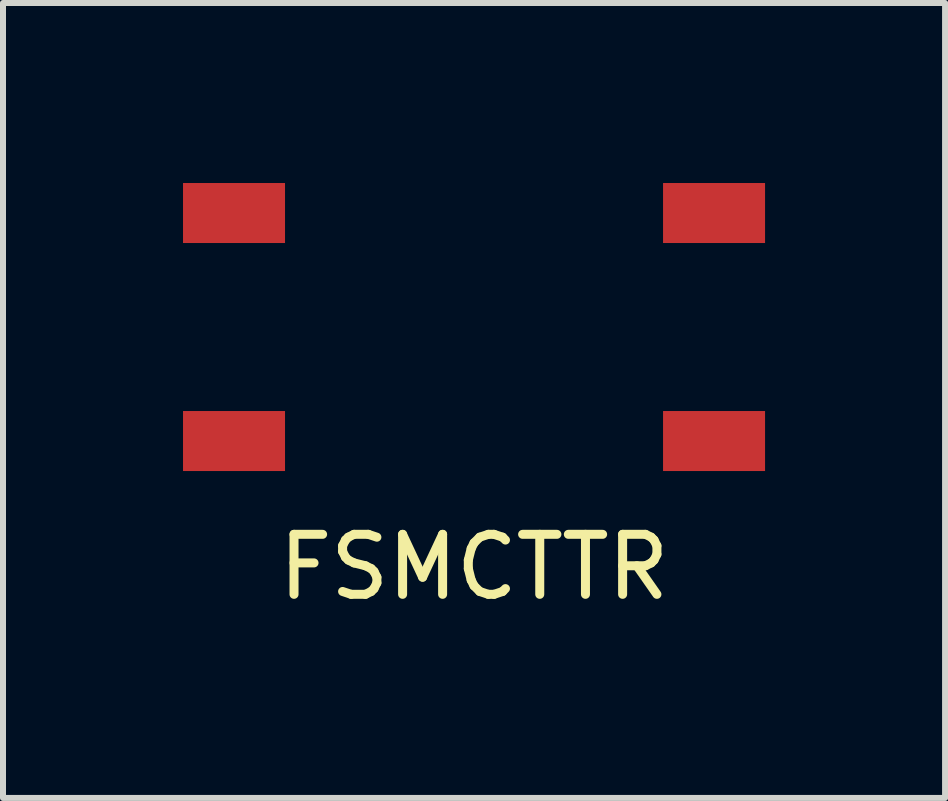
<source format=kicad_pcb>
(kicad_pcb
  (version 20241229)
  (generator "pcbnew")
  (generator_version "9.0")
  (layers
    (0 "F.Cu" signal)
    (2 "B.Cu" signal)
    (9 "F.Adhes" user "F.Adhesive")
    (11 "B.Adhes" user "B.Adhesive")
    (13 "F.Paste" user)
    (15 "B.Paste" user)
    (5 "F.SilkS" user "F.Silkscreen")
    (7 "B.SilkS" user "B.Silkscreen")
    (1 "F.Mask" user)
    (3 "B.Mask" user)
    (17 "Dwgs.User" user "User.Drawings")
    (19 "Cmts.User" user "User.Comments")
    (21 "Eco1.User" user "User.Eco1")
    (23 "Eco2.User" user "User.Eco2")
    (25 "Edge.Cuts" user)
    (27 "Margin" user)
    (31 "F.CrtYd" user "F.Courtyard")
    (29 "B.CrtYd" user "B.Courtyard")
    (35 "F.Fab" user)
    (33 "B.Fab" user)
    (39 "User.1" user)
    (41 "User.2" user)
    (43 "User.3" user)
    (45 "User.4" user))
  (footprint "FSMCTTR"
    (layer "F.Cu")
    (at 4.85 2.4)
    (property "Reference" "FSMCTTR" (at 0 4 0) (layer "F.SilkS") (effects (font (size 1 1) (thickness 0.15))))
    (attr through_hole)
    (pad "1" smd rect (at -4 -1.9) (size 1.7 1) (layers "F.Cu" "F.Mask" "F.Paste"))
    (pad "2" smd rect (at 4 -1.9) (size 1.7 1) (layers "F.Cu" "F.Mask" "F.Paste"))
    (pad "3" smd rect (at -4 1.9) (size 1.7 1) (layers "F.Cu" "F.Mask" "F.Paste"))
    (pad "4" smd rect (at 4 1.9) (size 1.7 1) (layers "F.Cu" "F.Mask" "F.Paste")))
  (gr_rect
    (start -3 -3)
    (end 12.7 10.248)
    (stroke (width 0.1) (type default))
    (fill no)
    (layer "Edge.Cuts")))
</source>
